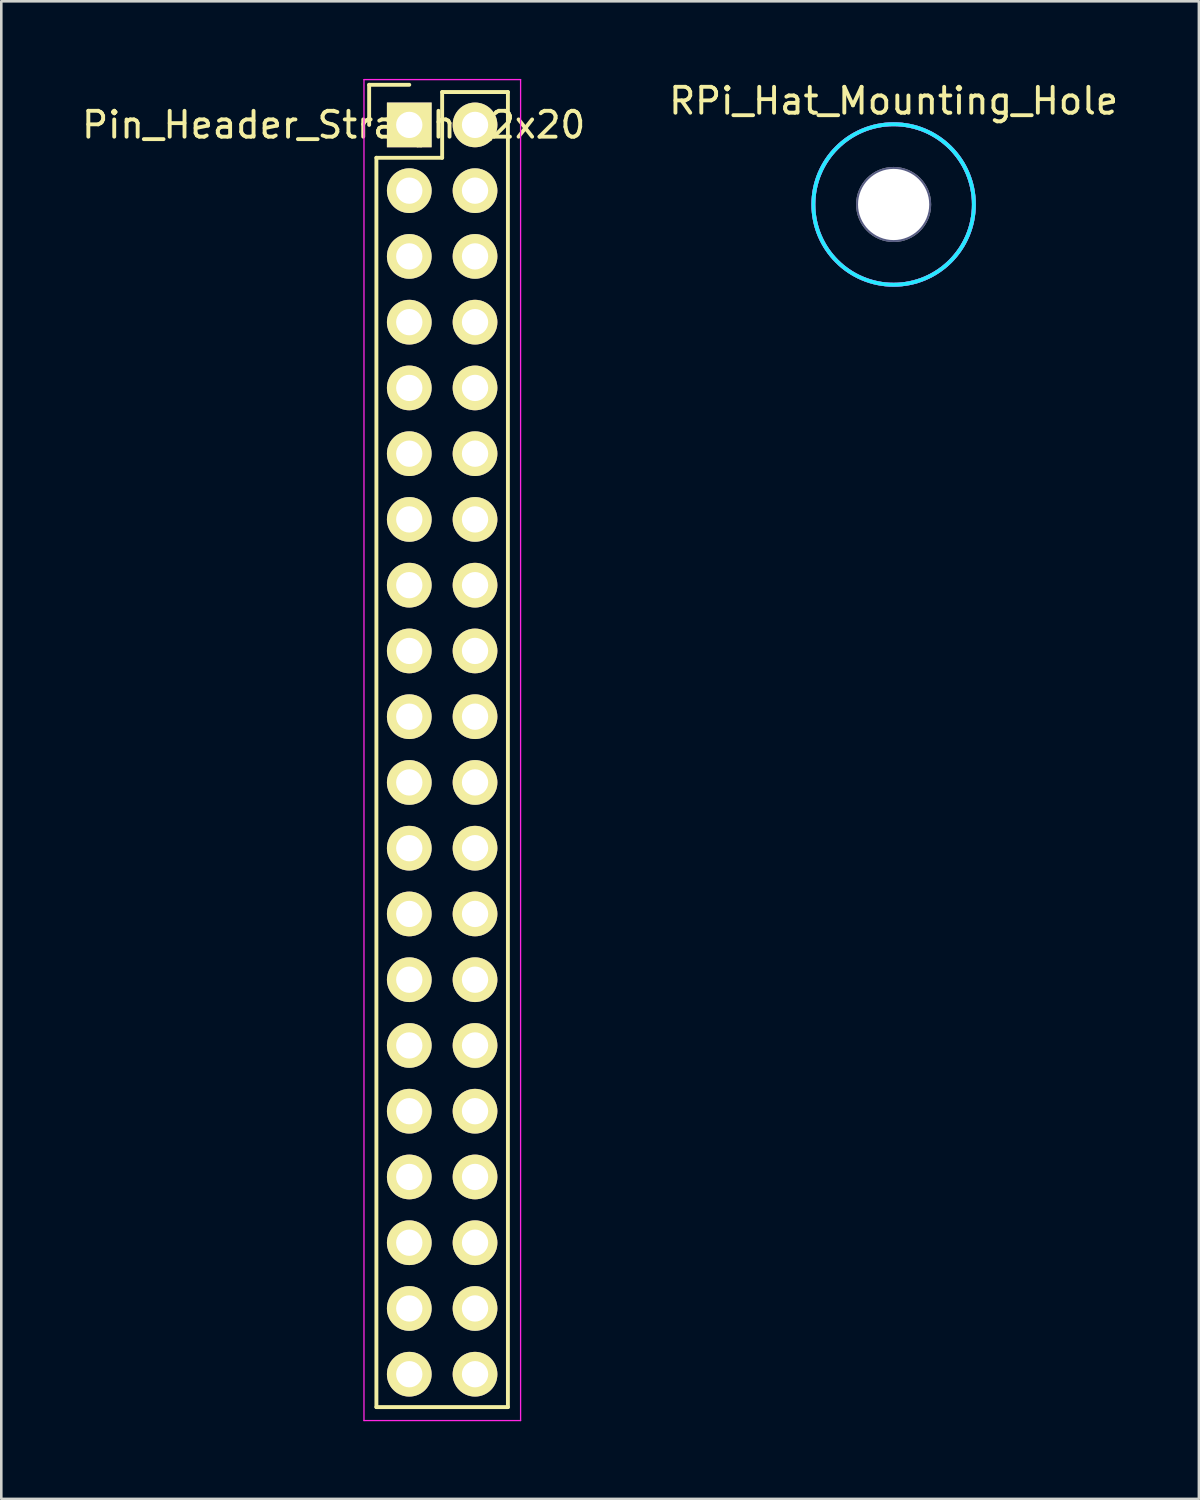
<source format=kicad_pcb>
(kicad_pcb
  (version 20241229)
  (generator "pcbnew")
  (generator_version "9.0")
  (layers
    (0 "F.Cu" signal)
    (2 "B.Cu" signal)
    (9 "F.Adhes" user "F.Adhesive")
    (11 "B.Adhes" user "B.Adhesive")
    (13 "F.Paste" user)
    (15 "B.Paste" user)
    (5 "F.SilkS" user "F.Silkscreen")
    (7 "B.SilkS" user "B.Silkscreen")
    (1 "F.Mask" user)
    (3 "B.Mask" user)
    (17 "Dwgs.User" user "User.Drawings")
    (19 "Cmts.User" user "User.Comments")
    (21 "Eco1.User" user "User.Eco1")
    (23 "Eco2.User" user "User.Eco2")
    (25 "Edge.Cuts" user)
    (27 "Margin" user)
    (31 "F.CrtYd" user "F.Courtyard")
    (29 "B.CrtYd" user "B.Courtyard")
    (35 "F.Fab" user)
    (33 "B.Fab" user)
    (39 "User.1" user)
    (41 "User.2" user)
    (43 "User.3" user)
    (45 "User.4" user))
  (footprint "RPi_Hat_Mounting_Hole"
    (layer "F.Cu")
    (at 31.47 4.849)
    (property "Reference" "RPi_Hat_Mounting_Hole" (at 0 -4 0) (layer "F.SilkS") (effects (font (size 1 1) (thickness 0.15))))
    (attr through_hole)
    (fp_circle (center 0 0) (end 3.1 0) (stroke (width 0.15) (type solid)) (fill no) (layer "B.CrtYd"))
    (fp_circle (center 0 0) (end 3.1 0) (stroke (width 0.15) (type solid)) (fill no) (layer "F.CrtYd"))
    (fp_circle (center 0 0) (end 1.375 0) (stroke (width 0.15) (type solid)) (fill no) (layer "B.Fab"))
    (fp_circle (center 0 0) (end 3.1 0) (stroke (width 0.15) (type solid)) (fill no) (layer "B.Fab"))
    (fp_circle (center 0 0) (end 1.375 0) (stroke (width 0.15) (type solid)) (fill no) (layer "F.Fab"))
    (fp_circle (center 0 0) (end 3.1 0) (stroke (width 0.15) (type solid)) (fill no) (layer "F.Fab"))
    (pad "" np_thru_hole circle (at 0 0) (size 2.75 2.75) (drill 2.75) (layers "*.Cu" "*.Mask")))
  (footprint "Pin_Header_Straight_2x20"
    (layer "F.Cu")
    (at 14.03 25.905)
    (property "Reference" "Pin_Header_Straight_2x20" (at -4.191 -24.13 180) (layer "F.SilkS") (effects (font (size 1 1) (thickness 0.15))))
    (attr through_hole)
    (fp_line (start -2.82 -25.68) (end -2.82 -24.13) (stroke (width 0.15) (type solid)) (layer "F.SilkS"))
    (fp_line (start -2.54 -22.86) (end -2.54 25.4) (stroke (width 0.15) (type solid)) (layer "F.SilkS"))
    (fp_line (start -1.27 -25.68) (end -2.82 -25.68) (stroke (width 0.15) (type solid)) (layer "F.SilkS"))
    (fp_line (start 0 -25.4) (end 0 -22.86) (stroke (width 0.15) (type solid)) (layer "F.SilkS"))
    (fp_line (start 0 -22.86) (end -2.54 -22.86) (stroke (width 0.15) (type solid)) (layer "F.SilkS"))
    (fp_line (start 2.54 -25.4) (end 0 -25.4) (stroke (width 0.15) (type solid)) (layer "F.SilkS"))
    (fp_line (start 2.54 25.4) (end -2.54 25.4) (stroke (width 0.15) (type solid)) (layer "F.SilkS"))
    (fp_line (start 2.54 25.4) (end 2.54 -25.4) (stroke (width 0.15) (type solid)) (layer "F.SilkS"))
    (fp_line (start -3.02 -25.88) (end -3.02 25.92) (stroke (width 0.05) (type solid)) (layer "F.CrtYd"))
    (fp_line (start -3.02 -25.88) (end 3.03 -25.88) (stroke (width 0.05) (type solid)) (layer "F.CrtYd"))
    (fp_line (start -3.02 25.92) (end 3.03 25.92) (stroke (width 0.05) (type solid)) (layer "F.CrtYd"))
    (fp_line (start 3.03 -25.88) (end 3.03 25.92) (stroke (width 0.05) (type solid)) (layer "F.CrtYd"))
    (pad "1" thru_hole rect (at -1.27 -24.13) (size 1.727 1.727) (drill 1.016) (layers "*.Cu" "*.Mask" "F.SilkS"))
    (pad "2" thru_hole oval (at 1.27 -24.13) (size 1.727 1.727) (drill 1.016) (layers "*.Cu" "*.Mask" "F.SilkS"))
    (pad "3" thru_hole oval (at -1.27 -21.59) (size 1.727 1.727) (drill 1.016) (layers "*.Cu" "*.Mask" "F.SilkS"))
    (pad "4" thru_hole oval (at 1.27 -21.59) (size 1.727 1.727) (drill 1.016) (layers "*.Cu" "*.Mask" "F.SilkS"))
    (pad "5" thru_hole oval (at -1.27 -19.05) (size 1.727 1.727) (drill 1.016) (layers "*.Cu" "*.Mask" "F.SilkS"))
    (pad "6" thru_hole oval (at 1.27 -19.05) (size 1.727 1.727) (drill 1.016) (layers "*.Cu" "*.Mask" "F.SilkS"))
    (pad "7" thru_hole oval (at -1.27 -16.51) (size 1.727 1.727) (drill 1.016) (layers "*.Cu" "*.Mask" "F.SilkS"))
    (pad "8" thru_hole oval (at 1.27 -16.51) (size 1.727 1.727) (drill 1.016) (layers "*.Cu" "*.Mask" "F.SilkS"))
    (pad "9" thru_hole oval (at -1.27 -13.97) (size 1.727 1.727) (drill 1.016) (layers "*.Cu" "*.Mask" "F.SilkS"))
    (pad "10" thru_hole oval (at 1.27 -13.97) (size 1.727 1.727) (drill 1.016) (layers "*.Cu" "*.Mask" "F.SilkS"))
    (pad "11" thru_hole oval (at -1.27 -11.43) (size 1.727 1.727) (drill 1.016) (layers "*.Cu" "*.Mask" "F.SilkS"))
    (pad "12" thru_hole oval (at 1.27 -11.43) (size 1.727 1.727) (drill 1.016) (layers "*.Cu" "*.Mask" "F.SilkS"))
    (pad "13" thru_hole oval (at -1.27 -8.89) (size 1.727 1.727) (drill 1.016) (layers "*.Cu" "*.Mask" "F.SilkS"))
    (pad "14" thru_hole oval (at 1.27 -8.89) (size 1.727 1.727) (drill 1.016) (layers "*.Cu" "*.Mask" "F.SilkS"))
    (pad "15" thru_hole oval (at -1.27 -6.35) (size 1.727 1.727) (drill 1.016) (layers "*.Cu" "*.Mask" "F.SilkS"))
    (pad "16" thru_hole oval (at 1.27 -6.35) (size 1.727 1.727) (drill 1.016) (layers "*.Cu" "*.Mask" "F.SilkS"))
    (pad "17" thru_hole oval (at -1.27 -3.81) (size 1.727 1.727) (drill 1.016) (layers "*.Cu" "*.Mask" "F.SilkS"))
    (pad "18" thru_hole oval (at 1.27 -3.81) (size 1.727 1.727) (drill 1.016) (layers "*.Cu" "*.Mask" "F.SilkS"))
    (pad "19" thru_hole oval (at -1.27 -1.27) (size 1.727 1.727) (drill 1.016) (layers "*.Cu" "*.Mask" "F.SilkS"))
    (pad "20" thru_hole oval (at 1.27 -1.27) (size 1.727 1.727) (drill 1.016) (layers "*.Cu" "*.Mask" "F.SilkS"))
    (pad "21" thru_hole oval (at -1.27 1.27) (size 1.727 1.727) (drill 1.016) (layers "*.Cu" "*.Mask" "F.SilkS"))
    (pad "22" thru_hole oval (at 1.27 1.27) (size 1.727 1.727) (drill 1.016) (layers "*.Cu" "*.Mask" "F.SilkS"))
    (pad "23" thru_hole oval (at -1.27 3.81) (size 1.727 1.727) (drill 1.016) (layers "*.Cu" "*.Mask" "F.SilkS"))
    (pad "24" thru_hole oval (at 1.27 3.81) (size 1.727 1.727) (drill 1.016) (layers "*.Cu" "*.Mask" "F.SilkS"))
    (pad "25" thru_hole oval (at -1.27 6.35) (size 1.727 1.727) (drill 1.016) (layers "*.Cu" "*.Mask" "F.SilkS"))
    (pad "26" thru_hole oval (at 1.27 6.35) (size 1.727 1.727) (drill 1.016) (layers "*.Cu" "*.Mask" "F.SilkS"))
    (pad "27" thru_hole oval (at -1.27 8.89) (size 1.727 1.727) (drill 1.016) (layers "*.Cu" "*.Mask" "F.SilkS"))
    (pad "28" thru_hole oval (at 1.27 8.89) (size 1.727 1.727) (drill 1.016) (layers "*.Cu" "*.Mask" "F.SilkS"))
    (pad "29" thru_hole oval (at -1.27 11.43) (size 1.727 1.727) (drill 1.016) (layers "*.Cu" "*.Mask" "F.SilkS"))
    (pad "30" thru_hole oval (at 1.27 11.43) (size 1.727 1.727) (drill 1.016) (layers "*.Cu" "*.Mask" "F.SilkS"))
    (pad "31" thru_hole oval (at -1.27 13.97) (size 1.727 1.727) (drill 1.016) (layers "*.Cu" "*.Mask" "F.SilkS"))
    (pad "32" thru_hole oval (at 1.27 13.97) (size 1.727 1.727) (drill 1.016) (layers "*.Cu" "*.Mask" "F.SilkS"))
    (pad "33" thru_hole oval (at -1.27 16.51) (size 1.727 1.727) (drill 1.016) (layers "*.Cu" "*.Mask" "F.SilkS"))
    (pad "34" thru_hole oval (at 1.27 16.51) (size 1.727 1.727) (drill 1.016) (layers "*.Cu" "*.Mask" "F.SilkS"))
    (pad "35" thru_hole oval (at -1.27 19.05) (size 1.727 1.727) (drill 1.016) (layers "*.Cu" "*.Mask" "F.SilkS"))
    (pad "36" thru_hole oval (at 1.27 19.05) (size 1.727 1.727) (drill 1.016) (layers "*.Cu" "*.Mask" "F.SilkS"))
    (pad "37" thru_hole oval (at -1.27 21.59) (size 1.727 1.727) (drill 1.016) (layers "*.Cu" "*.Mask" "F.SilkS"))
    (pad "38" thru_hole oval (at 1.27 21.59) (size 1.727 1.727) (drill 1.016) (layers "*.Cu" "*.Mask" "F.SilkS"))
    (pad "39" thru_hole oval (at -1.27 24.13) (size 1.727 1.727) (drill 1.016) (layers "*.Cu" "*.Mask" "F.SilkS"))
    (pad "40" thru_hole oval (at 1.27 24.13) (size 1.727 1.727) (drill 1.016) (layers "*.Cu" "*.Mask" "F.SilkS")))
  (gr_rect
    (start -3 -3)
    (end 43.262 54.85)
    (stroke (width 0.1) (type default))
    (fill no)
    (layer "Edge.Cuts")))
</source>
